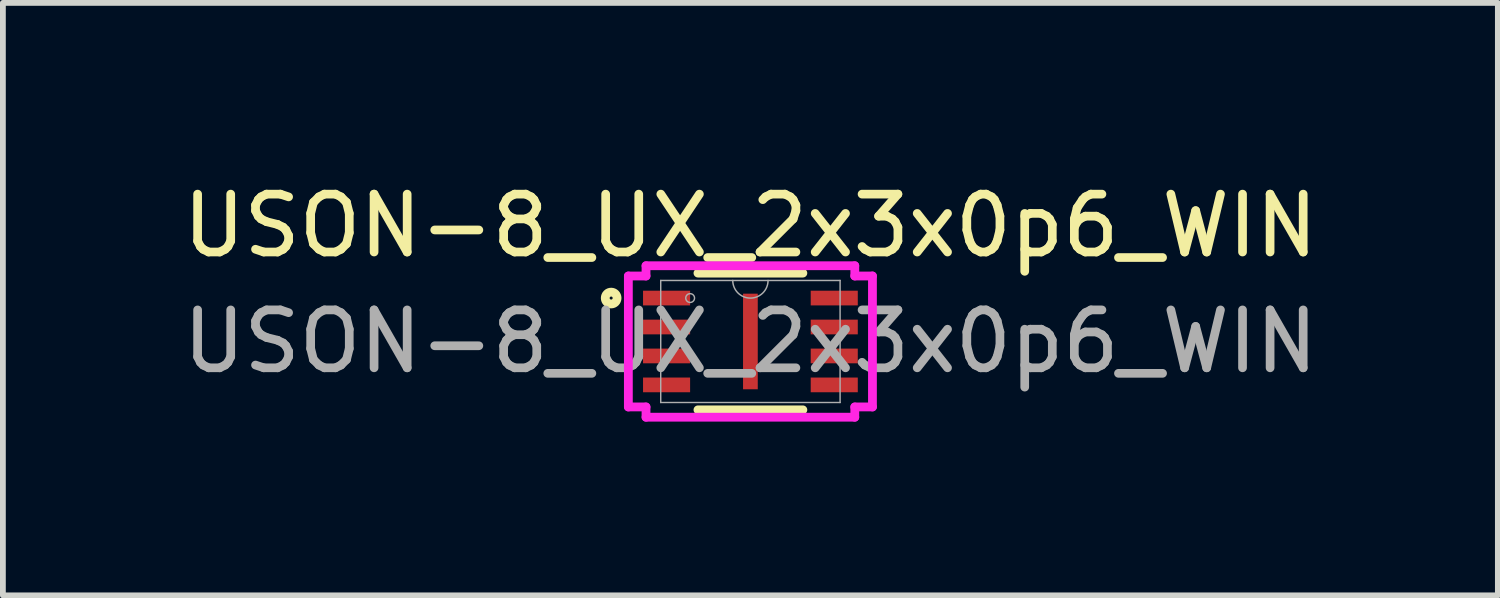
<source format=kicad_pcb>
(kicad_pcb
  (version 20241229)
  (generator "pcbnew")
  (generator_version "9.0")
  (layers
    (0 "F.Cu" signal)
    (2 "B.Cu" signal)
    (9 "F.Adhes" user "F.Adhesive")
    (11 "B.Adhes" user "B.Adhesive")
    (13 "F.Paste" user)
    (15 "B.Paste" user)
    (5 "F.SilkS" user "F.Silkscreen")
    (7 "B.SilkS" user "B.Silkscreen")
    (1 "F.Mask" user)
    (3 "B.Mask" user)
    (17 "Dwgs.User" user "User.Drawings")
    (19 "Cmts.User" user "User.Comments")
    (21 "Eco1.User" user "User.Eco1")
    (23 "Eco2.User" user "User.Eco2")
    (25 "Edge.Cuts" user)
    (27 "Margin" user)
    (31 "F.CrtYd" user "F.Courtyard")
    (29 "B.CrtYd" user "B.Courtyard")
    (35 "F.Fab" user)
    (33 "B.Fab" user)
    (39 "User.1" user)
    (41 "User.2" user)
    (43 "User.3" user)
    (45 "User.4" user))
  (footprint "USON-8_UX_2x3x0p6_WIN"
    (layer "F.Cu")
    (at 9.911 2.848)
    (property "Reference" "USON-8_UX_2x3x0p6_WIN" (at 0 -2 0) (unlocked yes) (layer "F.SilkS") (effects (font (size 1 1) (thickness 0.15))))
    (attr smd)
    (fp_line (start -0.906 1.181) (end 0.906 1.181) (stroke (width 0.152) (type solid)) (layer "F.SilkS"))
    (fp_line (start 0.906 -1.181) (end -0.906 -1.181) (stroke (width 0.152) (type solid)) (layer "F.SilkS"))
    (fp_circle (center -2.405 -0.75) (end -2.303 -0.75) (stroke (width 0.152) (type solid)) (fill no) (layer "F.SilkS"))
    (fp_line (start -2.108 -1.131) (end -1.803 -1.131) (stroke (width 0.152) (type solid)) (layer "F.CrtYd"))
    (fp_line (start -2.108 1.131) (end -2.108 -1.131) (stroke (width 0.152) (type solid)) (layer "F.CrtYd"))
    (fp_line (start -2.108 1.131) (end -1.803 1.131) (stroke (width 0.152) (type solid)) (layer "F.CrtYd"))
    (fp_line (start -1.803 -1.308) (end 1.803 -1.308) (stroke (width 0.152) (type solid)) (layer "F.CrtYd"))
    (fp_line (start -1.803 -1.131) (end -1.803 -1.308) (stroke (width 0.152) (type solid)) (layer "F.CrtYd"))
    (fp_line (start -1.803 1.308) (end -1.803 1.131) (stroke (width 0.152) (type solid)) (layer "F.CrtYd"))
    (fp_line (start 1.803 -1.308) (end 1.803 -1.131) (stroke (width 0.152) (type solid)) (layer "F.CrtYd"))
    (fp_line (start 1.803 1.131) (end 1.803 1.308) (stroke (width 0.152) (type solid)) (layer "F.CrtYd"))
    (fp_line (start 1.803 1.308) (end -1.803 1.308) (stroke (width 0.152) (type solid)) (layer "F.CrtYd"))
    (fp_line (start 2.108 -1.131) (end 1.803 -1.131) (stroke (width 0.152) (type solid)) (layer "F.CrtYd"))
    (fp_line (start 2.108 -1.131) (end 2.108 1.131) (stroke (width 0.152) (type solid)) (layer "F.CrtYd"))
    (fp_line (start 2.108 1.131) (end 1.803 1.131) (stroke (width 0.152) (type solid)) (layer "F.CrtYd"))
    (fp_line (start -1.549 -1.054) (end -1.549 1.054) (stroke (width 0.025) (type solid)) (layer "F.Fab"))
    (fp_line (start -1.549 1.054) (end 1.549 1.054) (stroke (width 0.025) (type solid)) (layer "F.Fab"))
    (fp_line (start 1.549 -1.054) (end -1.549 -1.054) (stroke (width 0.025) (type solid)) (layer "F.Fab"))
    (fp_line (start 1.549 1.054) (end 1.549 -1.054) (stroke (width 0.025) (type solid)) (layer "F.Fab"))
    (fp_arc (start 0.3048 -1.0541) (mid 0 -0.7493) (end -0.3048 -1.0541) (stroke (width 0.0254) (type solid)) (layer "F.Fab"))
    (fp_circle (center -1.041 -0.75) (end -0.965 -0.75) (stroke (width 0.025) (type solid)) (fill no) (layer "F.Fab"))
    (fp_text user "${REFERENCE}" (at 0 0 0) (unlocked yes) (layer "F.Fab") (effects (font (size 1 1) (thickness 0.15))))
    (pad "1" smd rect (at -1.448 -0.75) (size 0.813 0.254) (layers "F.Cu" "F.Mask" "F.Paste"))
    (pad "2" smd rect (at -1.448 -0.25) (size 0.813 0.254) (layers "F.Cu" "F.Mask" "F.Paste"))
    (pad "3" smd rect (at -1.448 0.25) (size 0.813 0.254) (layers "F.Cu" "F.Mask" "F.Paste"))
    (pad "4" smd rect (at -1.448 0.75) (size 0.813 0.254) (layers "F.Cu" "F.Mask" "F.Paste"))
    (pad "5" smd rect (at 1.448 0.75) (size 0.813 0.254) (layers "F.Cu" "F.Mask" "F.Paste"))
    (pad "6" smd rect (at 1.448 0.25) (size 0.813 0.254) (layers "F.Cu" "F.Mask" "F.Paste"))
    (pad "7" smd rect (at 1.448 -0.25) (size 0.813 0.254) (layers "F.Cu" "F.Mask" "F.Paste"))
    (pad "8" smd rect (at 1.448 -0.75) (size 0.813 0.254) (layers "F.Cu" "F.Mask" "F.Paste"))
    (pad "9" smd rect (at 0 0) (size 0.254 1.651) (layers "F.Cu" "F.Mask" "F.Paste")))
  (gr_rect
    (start -3 -3)
    (end 22.821 7.233)
    (stroke (width 0.1) (type default))
    (fill no)
    (layer "Edge.Cuts")))
</source>
